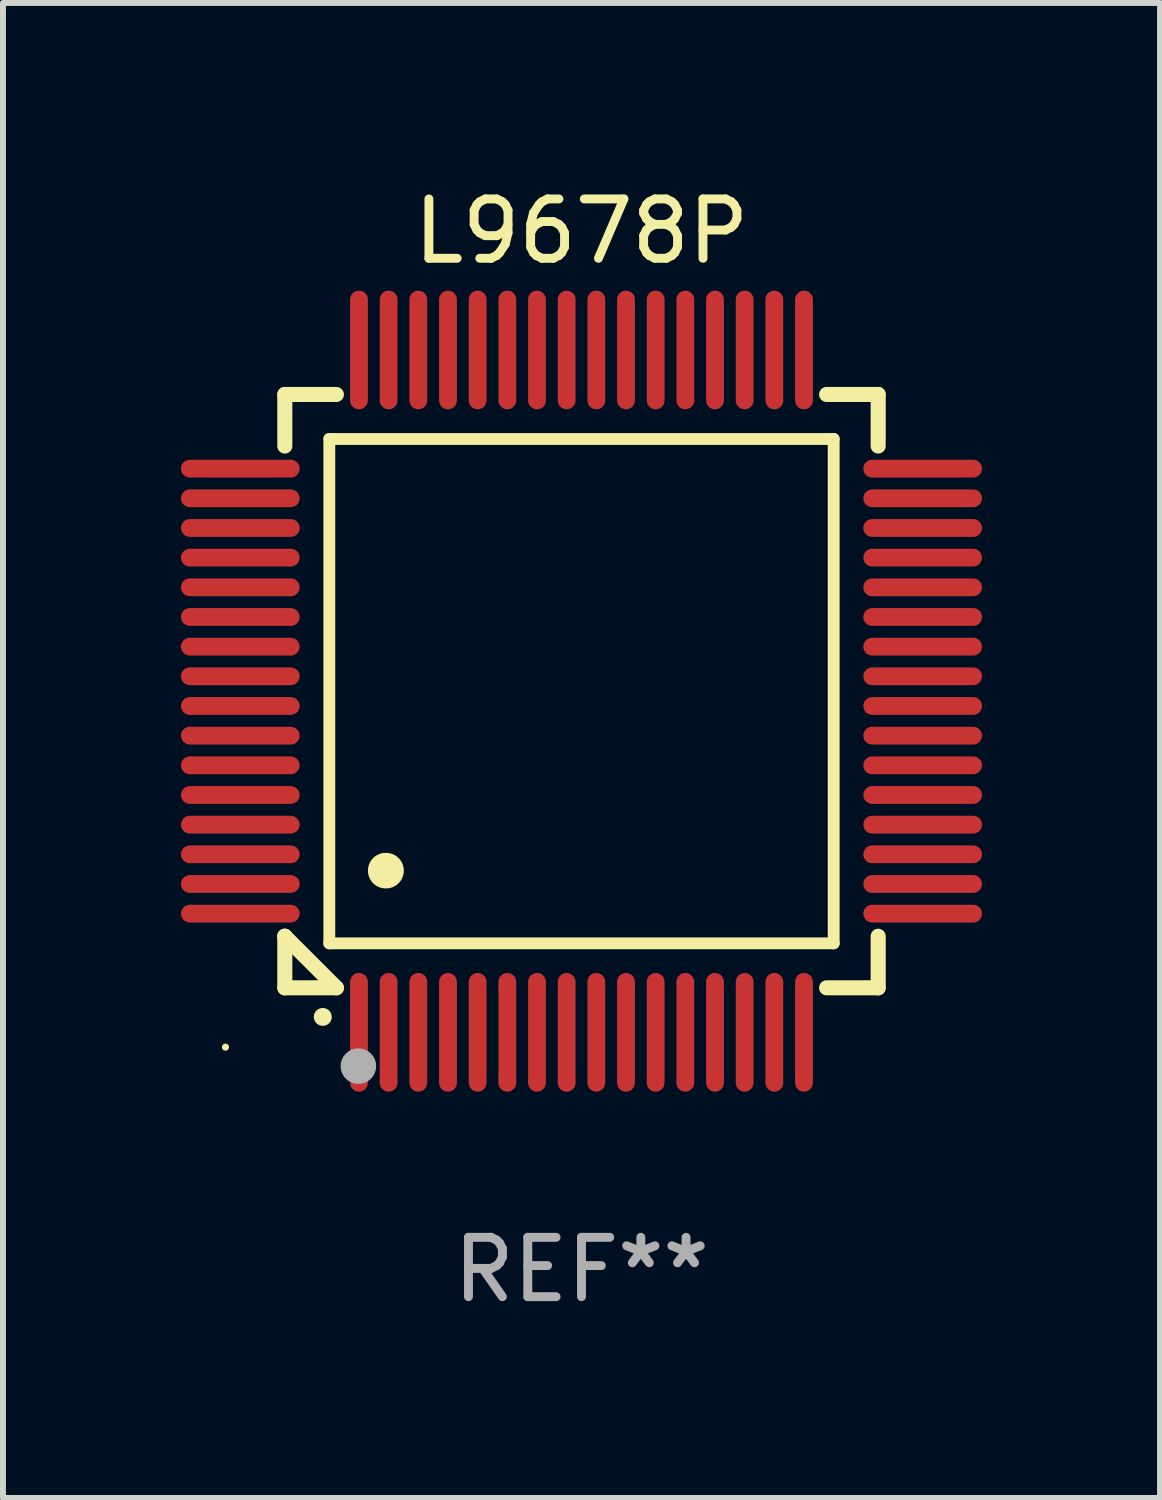
<source format=kicad_pcb>
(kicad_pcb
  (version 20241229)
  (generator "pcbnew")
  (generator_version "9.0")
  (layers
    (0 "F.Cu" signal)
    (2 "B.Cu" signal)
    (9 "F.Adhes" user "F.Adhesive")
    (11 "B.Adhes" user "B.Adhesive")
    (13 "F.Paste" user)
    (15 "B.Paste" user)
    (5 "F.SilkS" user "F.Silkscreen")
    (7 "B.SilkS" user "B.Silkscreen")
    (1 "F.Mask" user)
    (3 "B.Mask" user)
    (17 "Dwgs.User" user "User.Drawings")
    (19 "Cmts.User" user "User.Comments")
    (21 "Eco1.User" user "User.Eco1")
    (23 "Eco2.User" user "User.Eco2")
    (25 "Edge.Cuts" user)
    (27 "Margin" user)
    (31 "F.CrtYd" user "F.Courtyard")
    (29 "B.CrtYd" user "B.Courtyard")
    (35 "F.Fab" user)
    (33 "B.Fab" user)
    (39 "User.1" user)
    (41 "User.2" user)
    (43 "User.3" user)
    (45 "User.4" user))
  (footprint "L9678P"
    (layer "F.Cu")
    (at 6.75 8.598)
    (property "Reference" "L9678P" (at 0 -7.75 0) (layer "F.SilkS") (effects (font (size 1 1) (thickness 0.15))))
    (attr through_hole)
    (fp_line (start -5 -5) (end -4.131 -5) (stroke (width 0.254) (type solid)) (layer "F.SilkS"))
    (fp_line (start -5 -4.131) (end -5 -5) (stroke (width 0.254) (type solid)) (layer "F.SilkS"))
    (fp_line (start -5 4.131) (end -5 4.131) (stroke (width 0.254) (type solid)) (layer "F.SilkS"))
    (fp_line (start -5 5) (end -5 4.131) (stroke (width 0.254) (type solid)) (layer "F.SilkS"))
    (fp_line (start -5 4.131) (end -4.131 5) (stroke (width 0.254) (type solid)) (layer "F.SilkS"))
    (fp_line (start -4.25 -4.25) (end -4.25 4.25) (stroke (width 0.2) (type solid)) (layer "F.SilkS"))
    (fp_line (start -4.25 4.25) (end 4.25 4.25) (stroke (width 0.2) (type solid)) (layer "F.SilkS"))
    (fp_line (start -4.131 5) (end -5 5) (stroke (width 0.254) (type solid)) (layer "F.SilkS"))
    (fp_line (start 4.25 -4.25) (end -4.25 -4.25) (stroke (width 0.2) (type solid)) (layer "F.SilkS"))
    (fp_line (start 4.25 4.25) (end 4.25 -4.25) (stroke (width 0.2) (type solid)) (layer "F.SilkS"))
    (fp_line (start 5 -5) (end 4.131 -5) (stroke (width 0.254) (type solid)) (layer "F.SilkS"))
    (fp_line (start 5 -5) (end 5 -4.131) (stroke (width 0.254) (type solid)) (layer "F.SilkS"))
    (fp_line (start 5 4.131) (end 5 5) (stroke (width 0.254) (type solid)) (layer "F.SilkS"))
    (fp_line (start 5 5) (end 4.131 5) (stroke (width 0.254) (type solid)) (layer "F.SilkS"))
    (fp_arc (start -4.361265 5.489992) (mid -4.359995 5.489987) (end -4.358725 5.489992) (stroke (width 0.3) (type solid)) (layer "F.SilkS"))
    (fp_arc (start -3.299467 3.025146) (mid -3.296927 3.025135) (end -3.294387 3.025146) (stroke (width 0.6) (type solid)) (layer "F.SilkS"))
    (fp_circle (center -6 6) (end -5.97 6) (stroke (width 0.06) (type solid)) (fill no) (layer "F.SilkS"))
    (fp_circle (center -3.76 6.32) (end -3.61 6.32) (stroke (width 0.3) (type solid)) (fill no) (layer "F.Fab"))
    (fp_text user "REF**" (at 0 9.75 0) (layer "F.Fab") (effects (font (size 1 1) (thickness 0.15))))
    (pad "1" smd oval (at -3.75 5.75) (size 0.3 2) (layers "F.Cu" "F.Mask" "F.Paste"))
    (pad "2" smd oval (at -3.25 5.75) (size 0.3 2) (layers "F.Cu" "F.Mask" "F.Paste"))
    (pad "3" smd oval (at -2.75 5.75) (size 0.3 2) (layers "F.Cu" "F.Mask" "F.Paste"))
    (pad "4" smd oval (at -2.25 5.75) (size 0.3 2) (layers "F.Cu" "F.Mask" "F.Paste"))
    (pad "5" smd oval (at -1.75 5.75) (size 0.3 2) (layers "F.Cu" "F.Mask" "F.Paste"))
    (pad "6" smd oval (at -1.25 5.75) (size 0.3 2) (layers "F.Cu" "F.Mask" "F.Paste"))
    (pad "7" smd oval (at -0.75 5.75) (size 0.3 2) (layers "F.Cu" "F.Mask" "F.Paste"))
    (pad "8" smd oval (at -0.25 5.75) (size 0.3 2) (layers "F.Cu" "F.Mask" "F.Paste"))
    (pad "9" smd oval (at 0.25 5.75) (size 0.3 2) (layers "F.Cu" "F.Mask" "F.Paste"))
    (pad "10" smd oval (at 0.75 5.75) (size 0.3 2) (layers "F.Cu" "F.Mask" "F.Paste"))
    (pad "11" smd oval (at 1.25 5.75) (size 0.3 2) (layers "F.Cu" "F.Mask" "F.Paste"))
    (pad "12" smd oval (at 1.75 5.75) (size 0.3 2) (layers "F.Cu" "F.Mask" "F.Paste"))
    (pad "13" smd oval (at 2.25 5.75) (size 0.3 2) (layers "F.Cu" "F.Mask" "F.Paste"))
    (pad "14" smd oval (at 2.75 5.75) (size 0.3 2) (layers "F.Cu" "F.Mask" "F.Paste"))
    (pad "15" smd oval (at 3.25 5.75) (size 0.3 2) (layers "F.Cu" "F.Mask" "F.Paste"))
    (pad "16" smd oval (at 3.75 5.75) (size 0.3 2) (layers "F.Cu" "F.Mask" "F.Paste"))
    (pad "17" smd oval (at 5.75 3.75) (size 2 0.3) (layers "F.Cu" "F.Mask" "F.Paste"))
    (pad "18" smd oval (at 5.75 3.25) (size 2 0.3) (layers "F.Cu" "F.Mask" "F.Paste"))
    (pad "19" smd oval (at 5.75 2.75) (size 2 0.3) (layers "F.Cu" "F.Mask" "F.Paste"))
    (pad "20" smd oval (at 5.75 2.25) (size 2 0.3) (layers "F.Cu" "F.Mask" "F.Paste"))
    (pad "21" smd oval (at 5.75 1.75) (size 2 0.3) (layers "F.Cu" "F.Mask" "F.Paste"))
    (pad "22" smd oval (at 5.75 1.25) (size 2 0.3) (layers "F.Cu" "F.Mask" "F.Paste"))
    (pad "23" smd oval (at 5.75 0.75) (size 2 0.3) (layers "F.Cu" "F.Mask" "F.Paste"))
    (pad "24" smd oval (at 5.75 0.25) (size 2 0.3) (layers "F.Cu" "F.Mask" "F.Paste"))
    (pad "25" smd oval (at 5.75 -0.25) (size 2 0.3) (layers "F.Cu" "F.Mask" "F.Paste"))
    (pad "26" smd oval (at 5.75 -0.75) (size 2 0.3) (layers "F.Cu" "F.Mask" "F.Paste"))
    (pad "27" smd oval (at 5.75 -1.25) (size 2 0.3) (layers "F.Cu" "F.Mask" "F.Paste"))
    (pad "28" smd oval (at 5.75 -1.75) (size 2 0.3) (layers "F.Cu" "F.Mask" "F.Paste"))
    (pad "29" smd oval (at 5.75 -2.25) (size 2 0.3) (layers "F.Cu" "F.Mask" "F.Paste"))
    (pad "30" smd oval (at 5.75 -2.75) (size 2 0.3) (layers "F.Cu" "F.Mask" "F.Paste"))
    (pad "31" smd oval (at 5.75 -3.25) (size 2 0.3) (layers "F.Cu" "F.Mask" "F.Paste"))
    (pad "32" smd oval (at 5.75 -3.75) (size 2 0.3) (layers "F.Cu" "F.Mask" "F.Paste"))
    (pad "33" smd oval (at 3.75 -5.75) (size 0.3 2) (layers "F.Cu" "F.Mask" "F.Paste"))
    (pad "34" smd oval (at 3.25 -5.75) (size 0.3 2) (layers "F.Cu" "F.Mask" "F.Paste"))
    (pad "35" smd oval (at 2.75 -5.75) (size 0.3 2) (layers "F.Cu" "F.Mask" "F.Paste"))
    (pad "36" smd oval (at 2.25 -5.75) (size 0.3 2) (layers "F.Cu" "F.Mask" "F.Paste"))
    (pad "37" smd oval (at 1.75 -5.75) (size 0.3 2) (layers "F.Cu" "F.Mask" "F.Paste"))
    (pad "38" smd oval (at 1.25 -5.75) (size 0.3 2) (layers "F.Cu" "F.Mask" "F.Paste"))
    (pad "39" smd oval (at 0.75 -5.75) (size 0.3 2) (layers "F.Cu" "F.Mask" "F.Paste"))
    (pad "40" smd oval (at 0.25 -5.75) (size 0.3 2) (layers "F.Cu" "F.Mask" "F.Paste"))
    (pad "41" smd oval (at -0.25 -5.75) (size 0.3 2) (layers "F.Cu" "F.Mask" "F.Paste"))
    (pad "42" smd oval (at -0.75 -5.75) (size 0.3 2) (layers "F.Cu" "F.Mask" "F.Paste"))
    (pad "43" smd oval (at -1.25 -5.75) (size 0.3 2) (layers "F.Cu" "F.Mask" "F.Paste"))
    (pad "44" smd oval (at -1.75 -5.75) (size 0.3 2) (layers "F.Cu" "F.Mask" "F.Paste"))
    (pad "45" smd oval (at -2.25 -5.75) (size 0.3 2) (layers "F.Cu" "F.Mask" "F.Paste"))
    (pad "46" smd oval (at -2.75 -5.75) (size 0.3 2) (layers "F.Cu" "F.Mask" "F.Paste"))
    (pad "47" smd oval (at -3.25 -5.75) (size 0.3 2) (layers "F.Cu" "F.Mask" "F.Paste"))
    (pad "48" smd oval (at -3.75 -5.75) (size 0.3 2) (layers "F.Cu" "F.Mask" "F.Paste"))
    (pad "49" smd oval (at -5.75 -3.75) (size 2 0.3) (layers "F.Cu" "F.Mask" "F.Paste"))
    (pad "50" smd oval (at -5.75 -3.25) (size 2 0.3) (layers "F.Cu" "F.Mask" "F.Paste"))
    (pad "51" smd oval (at -5.75 -2.75) (size 2 0.3) (layers "F.Cu" "F.Mask" "F.Paste"))
    (pad "52" smd oval (at -5.75 -2.25) (size 2 0.3) (layers "F.Cu" "F.Mask" "F.Paste"))
    (pad "53" smd oval (at -5.75 -1.75) (size 2 0.3) (layers "F.Cu" "F.Mask" "F.Paste"))
    (pad "54" smd oval (at -5.75 -1.25) (size 2 0.3) (layers "F.Cu" "F.Mask" "F.Paste"))
    (pad "55" smd oval (at -5.75 -0.75) (size 2 0.3) (layers "F.Cu" "F.Mask" "F.Paste"))
    (pad "56" smd oval (at -5.75 -0.25) (size 2 0.3) (layers "F.Cu" "F.Mask" "F.Paste"))
    (pad "57" smd oval (at -5.75 0.25) (size 2 0.3) (layers "F.Cu" "F.Mask" "F.Paste"))
    (pad "58" smd oval (at -5.75 0.75) (size 2 0.3) (layers "F.Cu" "F.Mask" "F.Paste"))
    (pad "59" smd oval (at -5.75 1.25) (size 2 0.3) (layers "F.Cu" "F.Mask" "F.Paste"))
    (pad "60" smd oval (at -5.75 1.75) (size 2 0.3) (layers "F.Cu" "F.Mask" "F.Paste"))
    (pad "61" smd oval (at -5.75 2.25) (size 2 0.3) (layers "F.Cu" "F.Mask" "F.Paste"))
    (pad "62" smd oval (at -5.75 2.75) (size 2 0.3) (layers "F.Cu" "F.Mask" "F.Paste"))
    (pad "63" smd oval (at -5.75 3.25) (size 2 0.3) (layers "F.Cu" "F.Mask" "F.Paste"))
    (pad "64" smd oval (at -5.75 3.75) (size 2 0.3) (layers "F.Cu" "F.Mask" "F.Paste")))
  (gr_rect
    (start -3 -3)
    (end 16.5 22.196)
    (stroke (width 0.1) (type default))
    (fill no)
    (layer "Edge.Cuts")))
</source>
